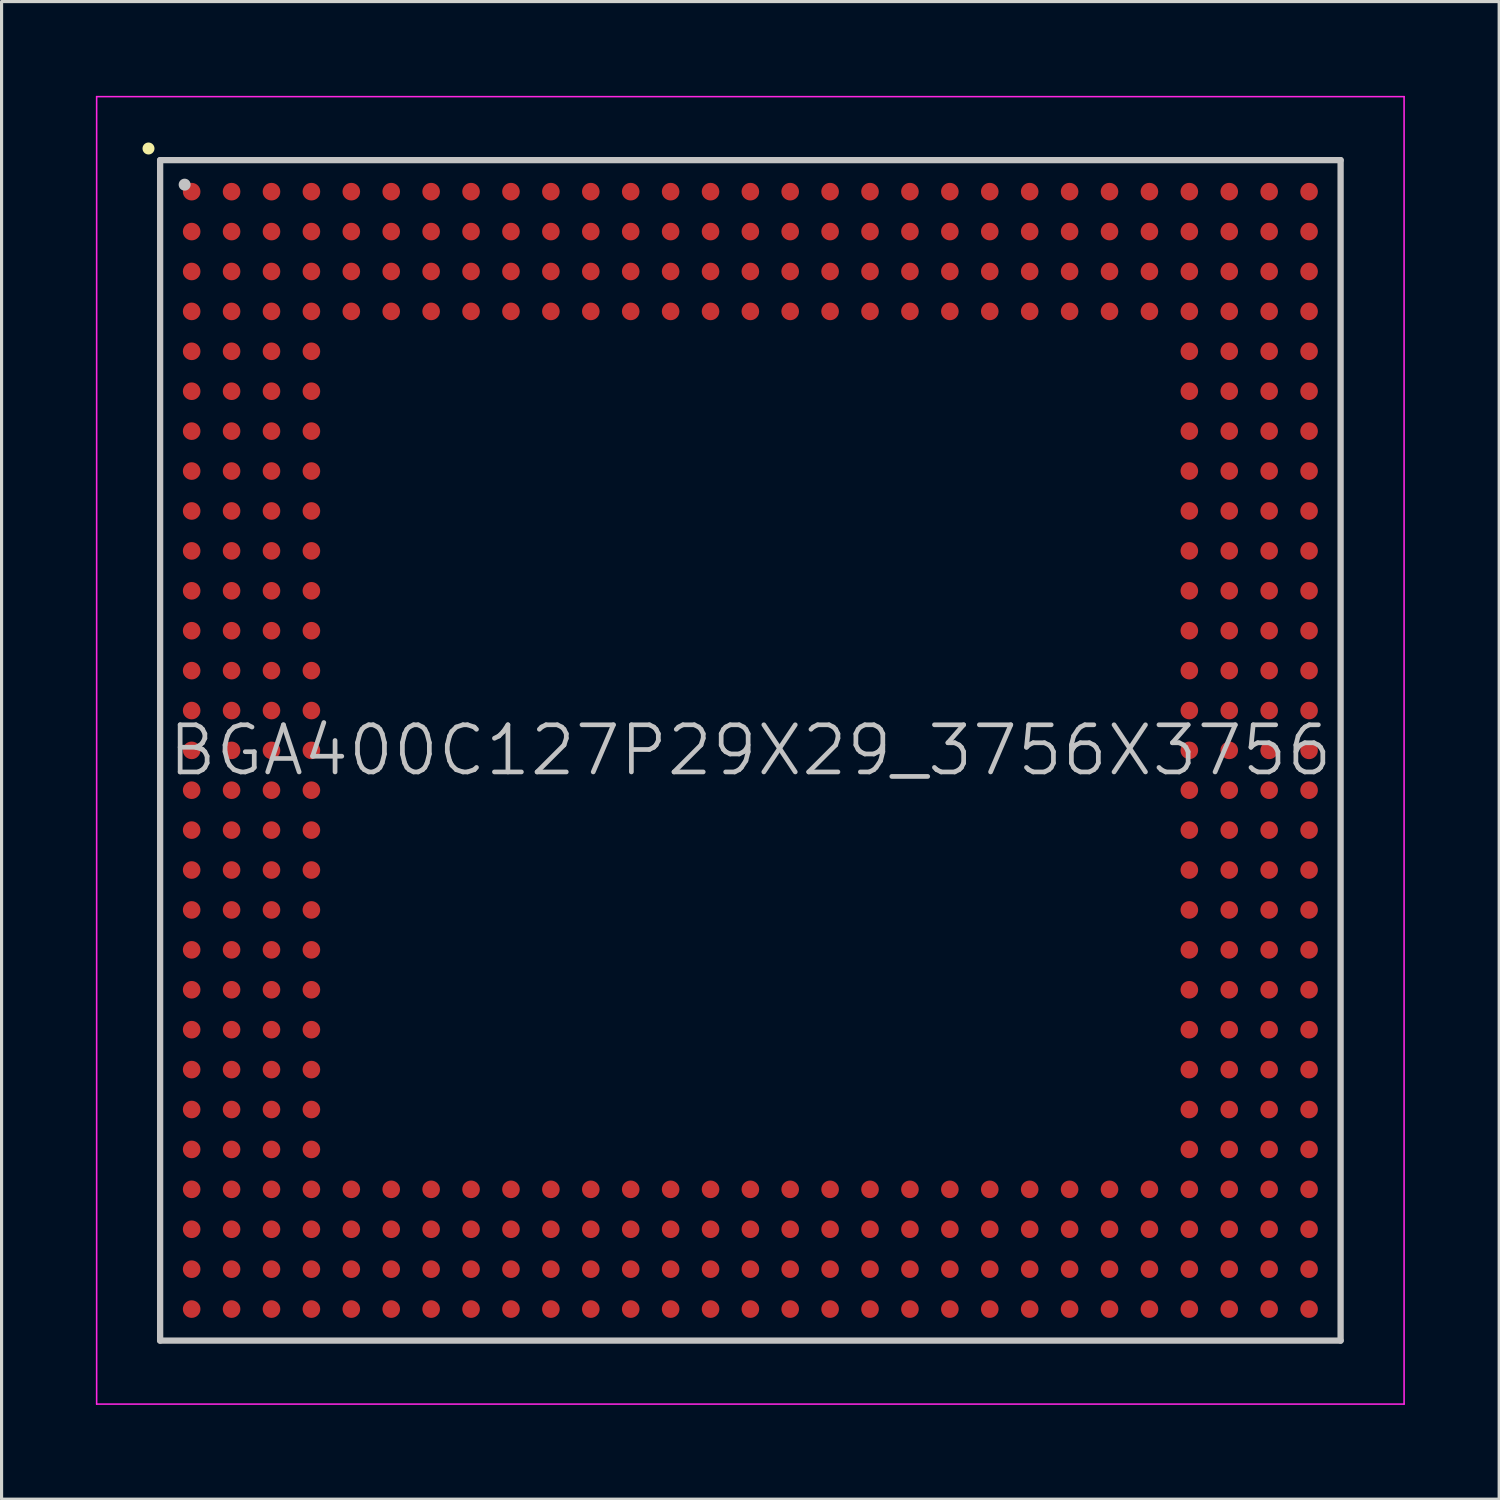
<source format=kicad_pcb>
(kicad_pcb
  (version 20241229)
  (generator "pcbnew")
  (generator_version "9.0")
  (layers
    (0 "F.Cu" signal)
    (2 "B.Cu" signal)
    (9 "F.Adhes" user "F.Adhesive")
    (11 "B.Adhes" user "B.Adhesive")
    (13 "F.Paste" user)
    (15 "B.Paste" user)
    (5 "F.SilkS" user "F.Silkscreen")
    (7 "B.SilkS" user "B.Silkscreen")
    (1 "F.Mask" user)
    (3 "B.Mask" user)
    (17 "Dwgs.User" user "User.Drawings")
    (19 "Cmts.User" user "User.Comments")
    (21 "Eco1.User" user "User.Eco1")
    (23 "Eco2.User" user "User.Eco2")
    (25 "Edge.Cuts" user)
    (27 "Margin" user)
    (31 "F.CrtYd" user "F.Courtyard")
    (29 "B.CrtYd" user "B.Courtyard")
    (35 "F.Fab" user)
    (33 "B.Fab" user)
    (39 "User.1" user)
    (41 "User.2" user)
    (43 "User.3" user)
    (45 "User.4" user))
  (footprint "BGA400C127P29X29_3756X3756"
    (layer "F.Cu")
    (at 20.825 20.825)
    (property "Reference" "BGA400C127P29X29_3756X3756" (at 0 0 0) (layer "Dwgs.User") (effects (font (size 1.5 1.5) (thickness 0.15))))
    (attr smd)
    (fp_line (start -19.15 -19.15) (end -19.15 -19.15) (stroke (width 0.381) (type solid)) (layer "F.SilkS"))
    (fp_line (start -18.78 -18.78) (end -18.78 18.78) (stroke (width 0.2) (type solid)) (layer "Dwgs.User"))
    (fp_line (start -18.78 -18.78) (end 18.78 -18.78) (stroke (width 0.2) (type solid)) (layer "Dwgs.User"))
    (fp_line (start -18.78 18.78) (end 18.78 18.78) (stroke (width 0.2) (type solid)) (layer "Dwgs.User"))
    (fp_line (start -18 -18) (end -18 -18) (stroke (width 0.381) (type solid)) (layer "Dwgs.User"))
    (fp_line (start 18.78 -18.78) (end 18.78 18.78) (stroke (width 0.2) (type solid)) (layer "Dwgs.User"))
    (fp_line (start -20.8 -20.8) (end -20.8 20.8) (stroke (width 0.05) (type solid)) (layer "F.CrtYd"))
    (fp_line (start -20.8 -20.8) (end 20.8 -20.8) (stroke (width 0.05) (type solid)) (layer "F.CrtYd"))
    (fp_line (start -20.8 20.8) (end 20.8 20.8) (stroke (width 0.05) (type solid)) (layer "F.CrtYd"))
    (fp_line (start 20.8 -20.8) (end 20.8 20.8) (stroke (width 0.05) (type solid)) (layer "F.CrtYd"))
    (pad "A1" smd circle (at -17.777 -17.777 270) (size 0.56 0.56) (layers "F.Cu" "F.Mask" "F.Paste"))
    (pad "A2" smd circle (at -16.507 -17.777 270) (size 0.56 0.56) (layers "F.Cu" "F.Mask" "F.Paste"))
    (pad "A3" smd circle (at -15.237 -17.777 270) (size 0.56 0.56) (layers "F.Cu" "F.Mask" "F.Paste"))
    (pad "A4" smd circle (at -13.967 -17.777 270) (size 0.56 0.56) (layers "F.Cu" "F.Mask" "F.Paste"))
    (pad "A5" smd circle (at -12.697 -17.777 270) (size 0.56 0.56) (layers "F.Cu" "F.Mask" "F.Paste"))
    (pad "A6" smd circle (at -11.427 -17.777 270) (size 0.56 0.56) (layers "F.Cu" "F.Mask" "F.Paste"))
    (pad "A7" smd circle (at -10.157 -17.777 270) (size 0.56 0.56) (layers "F.Cu" "F.Mask" "F.Paste"))
    (pad "A8" smd circle (at -8.887 -17.777 270) (size 0.56 0.56) (layers "F.Cu" "F.Mask" "F.Paste"))
    (pad "A9" smd circle (at -7.617 -17.777 270) (size 0.56 0.56) (layers "F.Cu" "F.Mask" "F.Paste"))
    (pad "A10" smd circle (at -6.347 -17.777 270) (size 0.56 0.56) (layers "F.Cu" "F.Mask" "F.Paste"))
    (pad "A11" smd circle (at -5.077 -17.777 270) (size 0.56 0.56) (layers "F.Cu" "F.Mask" "F.Paste"))
    (pad "A12" smd circle (at -3.807 -17.777 270) (size 0.56 0.56) (layers "F.Cu" "F.Mask" "F.Paste"))
    (pad "A13" smd circle (at -2.537 -17.777 270) (size 0.56 0.56) (layers "F.Cu" "F.Mask" "F.Paste"))
    (pad "A14" smd circle (at -1.267 -17.777 270) (size 0.56 0.56) (layers "F.Cu" "F.Mask" "F.Paste"))
    (pad "A15" smd circle (at 0 -17.777 270) (size 0.56 0.56) (layers "F.Cu" "F.Mask" "F.Paste"))
    (pad "A16" smd circle (at 1.267 -17.777 270) (size 0.56 0.56) (layers "F.Cu" "F.Mask" "F.Paste"))
    (pad "A17" smd circle (at 2.537 -17.777 270) (size 0.56 0.56) (layers "F.Cu" "F.Mask" "F.Paste"))
    (pad "A18" smd circle (at 3.807 -17.777 270) (size 0.56 0.56) (layers "F.Cu" "F.Mask" "F.Paste"))
    (pad "A19" smd circle (at 5.077 -17.777 270) (size 0.56 0.56) (layers "F.Cu" "F.Mask" "F.Paste"))
    (pad "A20" smd circle (at 6.347 -17.777 270) (size 0.56 0.56) (layers "F.Cu" "F.Mask" "F.Paste"))
    (pad "A21" smd circle (at 7.617 -17.777 270) (size 0.56 0.56) (layers "F.Cu" "F.Mask" "F.Paste"))
    (pad "A22" smd circle (at 8.887 -17.777 270) (size 0.56 0.56) (layers "F.Cu" "F.Mask" "F.Paste"))
    (pad "A23" smd circle (at 10.157 -17.777 270) (size 0.56 0.56) (layers "F.Cu" "F.Mask" "F.Paste"))
    (pad "A24" smd circle (at 11.427 -17.777 270) (size 0.56 0.56) (layers "F.Cu" "F.Mask" "F.Paste"))
    (pad "A25" smd circle (at 12.697 -17.777 270) (size 0.56 0.56) (layers "F.Cu" "F.Mask" "F.Paste"))
    (pad "A26" smd circle (at 13.967 -17.777 270) (size 0.56 0.56) (layers "F.Cu" "F.Mask" "F.Paste"))
    (pad "A27" smd circle (at 15.237 -17.777 270) (size 0.56 0.56) (layers "F.Cu" "F.Mask" "F.Paste"))
    (pad "A28" smd circle (at 16.507 -17.777 270) (size 0.56 0.56) (layers "F.Cu" "F.Mask" "F.Paste"))
    (pad "A29" smd circle (at 17.777 -17.777 270) (size 0.56 0.56) (layers "F.Cu" "F.Mask" "F.Paste"))
    (pad "AA1" smd circle (at -17.777 7.617 270) (size 0.56 0.56) (layers "F.Cu" "F.Mask" "F.Paste"))
    (pad "AA2" smd circle (at -16.507 7.617 270) (size 0.56 0.56) (layers "F.Cu" "F.Mask" "F.Paste"))
    (pad "AA3" smd circle (at -15.237 7.617 270) (size 0.56 0.56) (layers "F.Cu" "F.Mask" "F.Paste"))
    (pad "AA4" smd circle (at -13.967 7.617 270) (size 0.56 0.56) (layers "F.Cu" "F.Mask" "F.Paste"))
    (pad "AA26" smd circle (at 13.967 7.617 270) (size 0.56 0.56) (layers "F.Cu" "F.Mask" "F.Paste"))
    (pad "AA27" smd circle (at 15.237 7.617 270) (size 0.56 0.56) (layers "F.Cu" "F.Mask" "F.Paste"))
    (pad "AA28" smd circle (at 16.507 7.617 270) (size 0.56 0.56) (layers "F.Cu" "F.Mask" "F.Paste"))
    (pad "AA29" smd circle (at 17.777 7.617 270) (size 0.56 0.56) (layers "F.Cu" "F.Mask" "F.Paste"))
    (pad "AB1" smd circle (at -17.777 8.887 270) (size 0.56 0.56) (layers "F.Cu" "F.Mask" "F.Paste"))
    (pad "AB2" smd circle (at -16.507 8.887 270) (size 0.56 0.56) (layers "F.Cu" "F.Mask" "F.Paste"))
    (pad "AB3" smd circle (at -15.237 8.887 270) (size 0.56 0.56) (layers "F.Cu" "F.Mask" "F.Paste"))
    (pad "AB4" smd circle (at -13.967 8.887 270) (size 0.56 0.56) (layers "F.Cu" "F.Mask" "F.Paste"))
    (pad "AB26" smd circle (at 13.967 8.887 270) (size 0.56 0.56) (layers "F.Cu" "F.Mask" "F.Paste"))
    (pad "AB27" smd circle (at 15.237 8.887 270) (size 0.56 0.56) (layers "F.Cu" "F.Mask" "F.Paste"))
    (pad "AB28" smd circle (at 16.507 8.887 270) (size 0.56 0.56) (layers "F.Cu" "F.Mask" "F.Paste"))
    (pad "AB29" smd circle (at 17.777 8.887 270) (size 0.56 0.56) (layers "F.Cu" "F.Mask" "F.Paste"))
    (pad "AC1" smd circle (at -17.777 10.157 270) (size 0.56 0.56) (layers "F.Cu" "F.Mask" "F.Paste"))
    (pad "AC2" smd circle (at -16.507 10.157 270) (size 0.56 0.56) (layers "F.Cu" "F.Mask" "F.Paste"))
    (pad "AC3" smd circle (at -15.237 10.157 270) (size 0.56 0.56) (layers "F.Cu" "F.Mask" "F.Paste"))
    (pad "AC4" smd circle (at -13.967 10.157 270) (size 0.56 0.56) (layers "F.Cu" "F.Mask" "F.Paste"))
    (pad "AC26" smd circle (at 13.967 10.157 270) (size 0.56 0.56) (layers "F.Cu" "F.Mask" "F.Paste"))
    (pad "AC27" smd circle (at 15.237 10.157 270) (size 0.56 0.56) (layers "F.Cu" "F.Mask" "F.Paste"))
    (pad "AC28" smd circle (at 16.507 10.157 270) (size 0.56 0.56) (layers "F.Cu" "F.Mask" "F.Paste"))
    (pad "AC29" smd circle (at 17.777 10.157 270) (size 0.56 0.56) (layers "F.Cu" "F.Mask" "F.Paste"))
    (pad "AD1" smd circle (at -17.777 11.427 270) (size 0.56 0.56) (layers "F.Cu" "F.Mask" "F.Paste"))
    (pad "AD2" smd circle (at -16.507 11.427 270) (size 0.56 0.56) (layers "F.Cu" "F.Mask" "F.Paste"))
    (pad "AD3" smd circle (at -15.237 11.427 270) (size 0.56 0.56) (layers "F.Cu" "F.Mask" "F.Paste"))
    (pad "AD4" smd circle (at -13.967 11.427 270) (size 0.56 0.56) (layers "F.Cu" "F.Mask" "F.Paste"))
    (pad "AD26" smd circle (at 13.967 11.427 270) (size 0.56 0.56) (layers "F.Cu" "F.Mask" "F.Paste"))
    (pad "AD27" smd circle (at 15.237 11.427 270) (size 0.56 0.56) (layers "F.Cu" "F.Mask" "F.Paste"))
    (pad "AD28" smd circle (at 16.507 11.427 270) (size 0.56 0.56) (layers "F.Cu" "F.Mask" "F.Paste"))
    (pad "AD29" smd circle (at 17.777 11.427 270) (size 0.56 0.56) (layers "F.Cu" "F.Mask" "F.Paste"))
    (pad "AE1" smd circle (at -17.777 12.697 270) (size 0.56 0.56) (layers "F.Cu" "F.Mask" "F.Paste"))
    (pad "AE2" smd circle (at -16.507 12.697 270) (size 0.56 0.56) (layers "F.Cu" "F.Mask" "F.Paste"))
    (pad "AE3" smd circle (at -15.237 12.697 270) (size 0.56 0.56) (layers "F.Cu" "F.Mask" "F.Paste"))
    (pad "AE4" smd circle (at -13.967 12.697 270) (size 0.56 0.56) (layers "F.Cu" "F.Mask" "F.Paste"))
    (pad "AE26" smd circle (at 13.967 12.697 270) (size 0.56 0.56) (layers "F.Cu" "F.Mask" "F.Paste"))
    (pad "AE27" smd circle (at 15.237 12.697 270) (size 0.56 0.56) (layers "F.Cu" "F.Mask" "F.Paste"))
    (pad "AE28" smd circle (at 16.507 12.697 270) (size 0.56 0.56) (layers "F.Cu" "F.Mask" "F.Paste"))
    (pad "AE29" smd circle (at 17.777 12.697 270) (size 0.56 0.56) (layers "F.Cu" "F.Mask" "F.Paste"))
    (pad "AF1" smd circle (at -17.777 13.967 270) (size 0.56 0.56) (layers "F.Cu" "F.Mask" "F.Paste"))
    (pad "AF2" smd circle (at -16.507 13.967 270) (size 0.56 0.56) (layers "F.Cu" "F.Mask" "F.Paste"))
    (pad "AF3" smd circle (at -15.237 13.967 270) (size 0.56 0.56) (layers "F.Cu" "F.Mask" "F.Paste"))
    (pad "AF4" smd circle (at -13.967 13.967 270) (size 0.56 0.56) (layers "F.Cu" "F.Mask" "F.Paste"))
    (pad "AF5" smd circle (at -12.697 13.967 270) (size 0.56 0.56) (layers "F.Cu" "F.Mask" "F.Paste"))
    (pad "AF6" smd circle (at -11.427 13.967 270) (size 0.56 0.56) (layers "F.Cu" "F.Mask" "F.Paste"))
    (pad "AF7" smd circle (at -10.157 13.967 270) (size 0.56 0.56) (layers "F.Cu" "F.Mask" "F.Paste"))
    (pad "AF8" smd circle (at -8.887 13.967 270) (size 0.56 0.56) (layers "F.Cu" "F.Mask" "F.Paste"))
    (pad "AF9" smd circle (at -7.617 13.967 270) (size 0.56 0.56) (layers "F.Cu" "F.Mask" "F.Paste"))
    (pad "AF10" smd circle (at -6.347 13.967 270) (size 0.56 0.56) (layers "F.Cu" "F.Mask" "F.Paste"))
    (pad "AF11" smd circle (at -5.077 13.967 270) (size 0.56 0.56) (layers "F.Cu" "F.Mask" "F.Paste"))
    (pad "AF12" smd circle (at -3.807 13.967 270) (size 0.56 0.56) (layers "F.Cu" "F.Mask" "F.Paste"))
    (pad "AF13" smd circle (at -2.537 13.967 270) (size 0.56 0.56) (layers "F.Cu" "F.Mask" "F.Paste"))
    (pad "AF14" smd circle (at -1.267 13.967 270) (size 0.56 0.56) (layers "F.Cu" "F.Mask" "F.Paste"))
    (pad "AF15" smd circle (at 0 13.967 270) (size 0.56 0.56) (layers "F.Cu" "F.Mask" "F.Paste"))
    (pad "AF16" smd circle (at 1.267 13.967 270) (size 0.56 0.56) (layers "F.Cu" "F.Mask" "F.Paste"))
    (pad "AF17" smd circle (at 2.537 13.967 270) (size 0.56 0.56) (layers "F.Cu" "F.Mask" "F.Paste"))
    (pad "AF18" smd circle (at 3.807 13.967 270) (size 0.56 0.56) (layers "F.Cu" "F.Mask" "F.Paste"))
    (pad "AF19" smd circle (at 5.077 13.967 270) (size 0.56 0.56) (layers "F.Cu" "F.Mask" "F.Paste"))
    (pad "AF20" smd circle (at 6.347 13.967 270) (size 0.56 0.56) (layers "F.Cu" "F.Mask" "F.Paste"))
    (pad "AF21" smd circle (at 7.617 13.967 270) (size 0.56 0.56) (layers "F.Cu" "F.Mask" "F.Paste"))
    (pad "AF22" smd circle (at 8.887 13.967 270) (size 0.56 0.56) (layers "F.Cu" "F.Mask" "F.Paste"))
    (pad "AF23" smd circle (at 10.157 13.967 270) (size 0.56 0.56) (layers "F.Cu" "F.Mask" "F.Paste"))
    (pad "AF24" smd circle (at 11.427 13.967 270) (size 0.56 0.56) (layers "F.Cu" "F.Mask" "F.Paste"))
    (pad "AF25" smd circle (at 12.697 13.967 270) (size 0.56 0.56) (layers "F.Cu" "F.Mask" "F.Paste"))
    (pad "AF26" smd circle (at 13.967 13.967 270) (size 0.56 0.56) (layers "F.Cu" "F.Mask" "F.Paste"))
    (pad "AF27" smd circle (at 15.237 13.967 270) (size 0.56 0.56) (layers "F.Cu" "F.Mask" "F.Paste"))
    (pad "AF28" smd circle (at 16.507 13.967 270) (size 0.56 0.56) (layers "F.Cu" "F.Mask" "F.Paste"))
    (pad "AF29" smd circle (at 17.777 13.967 270) (size 0.56 0.56) (layers "F.Cu" "F.Mask" "F.Paste"))
    (pad "AG1" smd circle (at -17.777 15.237 270) (size 0.56 0.56) (layers "F.Cu" "F.Mask" "F.Paste"))
    (pad "AG2" smd circle (at -16.507 15.237 270) (size 0.56 0.56) (layers "F.Cu" "F.Mask" "F.Paste"))
    (pad "AG3" smd circle (at -15.237 15.237 270) (size 0.56 0.56) (layers "F.Cu" "F.Mask" "F.Paste"))
    (pad "AG4" smd circle (at -13.967 15.237 270) (size 0.56 0.56) (layers "F.Cu" "F.Mask" "F.Paste"))
    (pad "AG5" smd circle (at -12.697 15.237 270) (size 0.56 0.56) (layers "F.Cu" "F.Mask" "F.Paste"))
    (pad "AG6" smd circle (at -11.427 15.237 270) (size 0.56 0.56) (layers "F.Cu" "F.Mask" "F.Paste"))
    (pad "AG7" smd circle (at -10.157 15.237 270) (size 0.56 0.56) (layers "F.Cu" "F.Mask" "F.Paste"))
    (pad "AG8" smd circle (at -8.887 15.237 270) (size 0.56 0.56) (layers "F.Cu" "F.Mask" "F.Paste"))
    (pad "AG9" smd circle (at -7.617 15.237 270) (size 0.56 0.56) (layers "F.Cu" "F.Mask" "F.Paste"))
    (pad "AG10" smd circle (at -6.347 15.237 270) (size 0.56 0.56) (layers "F.Cu" "F.Mask" "F.Paste"))
    (pad "AG11" smd circle (at -5.077 15.237 270) (size 0.56 0.56) (layers "F.Cu" "F.Mask" "F.Paste"))
    (pad "AG12" smd circle (at -3.807 15.237 270) (size 0.56 0.56) (layers "F.Cu" "F.Mask" "F.Paste"))
    (pad "AG13" smd circle (at -2.537 15.237 270) (size 0.56 0.56) (layers "F.Cu" "F.Mask" "F.Paste"))
    (pad "AG14" smd circle (at -1.267 15.237 270) (size 0.56 0.56) (layers "F.Cu" "F.Mask" "F.Paste"))
    (pad "AG15" smd circle (at 0 15.237 270) (size 0.56 0.56) (layers "F.Cu" "F.Mask" "F.Paste"))
    (pad "AG16" smd circle (at 1.267 15.237 270) (size 0.56 0.56) (layers "F.Cu" "F.Mask" "F.Paste"))
    (pad "AG17" smd circle (at 2.537 15.237 270) (size 0.56 0.56) (layers "F.Cu" "F.Mask" "F.Paste"))
    (pad "AG18" smd circle (at 3.807 15.237 270) (size 0.56 0.56) (layers "F.Cu" "F.Mask" "F.Paste"))
    (pad "AG19" smd circle (at 5.077 15.237 270) (size 0.56 0.56) (layers "F.Cu" "F.Mask" "F.Paste"))
    (pad "AG20" smd circle (at 6.347 15.237 270) (size 0.56 0.56) (layers "F.Cu" "F.Mask" "F.Paste"))
    (pad "AG21" smd circle (at 7.617 15.237 270) (size 0.56 0.56) (layers "F.Cu" "F.Mask" "F.Paste"))
    (pad "AG22" smd circle (at 8.887 15.237 270) (size 0.56 0.56) (layers "F.Cu" "F.Mask" "F.Paste"))
    (pad "AG23" smd circle (at 10.157 15.237 270) (size 0.56 0.56) (layers "F.Cu" "F.Mask" "F.Paste"))
    (pad "AG24" smd circle (at 11.427 15.237 270) (size 0.56 0.56) (layers "F.Cu" "F.Mask" "F.Paste"))
    (pad "AG25" smd circle (at 12.697 15.237 270) (size 0.56 0.56) (layers "F.Cu" "F.Mask" "F.Paste"))
    (pad "AG26" smd circle (at 13.967 15.237 270) (size 0.56 0.56) (layers "F.Cu" "F.Mask" "F.Paste"))
    (pad "AG27" smd circle (at 15.237 15.237 270) (size 0.56 0.56) (layers "F.Cu" "F.Mask" "F.Paste"))
    (pad "AG28" smd circle (at 16.507 15.237 270) (size 0.56 0.56) (layers "F.Cu" "F.Mask" "F.Paste"))
    (pad "AG29" smd circle (at 17.777 15.237 270) (size 0.56 0.56) (layers "F.Cu" "F.Mask" "F.Paste"))
    (pad "AH1" smd circle (at -17.777 16.507 270) (size 0.56 0.56) (layers "F.Cu" "F.Mask" "F.Paste"))
    (pad "AH2" smd circle (at -16.507 16.507 270) (size 0.56 0.56) (layers "F.Cu" "F.Mask" "F.Paste"))
    (pad "AH3" smd circle (at -15.237 16.507 270) (size 0.56 0.56) (layers "F.Cu" "F.Mask" "F.Paste"))
    (pad "AH4" smd circle (at -13.967 16.507 270) (size 0.56 0.56) (layers "F.Cu" "F.Mask" "F.Paste"))
    (pad "AH5" smd circle (at -12.697 16.507 270) (size 0.56 0.56) (layers "F.Cu" "F.Mask" "F.Paste"))
    (pad "AH6" smd circle (at -11.427 16.507 270) (size 0.56 0.56) (layers "F.Cu" "F.Mask" "F.Paste"))
    (pad "AH7" smd circle (at -10.157 16.507 270) (size 0.56 0.56) (layers "F.Cu" "F.Mask" "F.Paste"))
    (pad "AH8" smd circle (at -8.887 16.507 270) (size 0.56 0.56) (layers "F.Cu" "F.Mask" "F.Paste"))
    (pad "AH9" smd circle (at -7.617 16.507 270) (size 0.56 0.56) (layers "F.Cu" "F.Mask" "F.Paste"))
    (pad "AH10" smd circle (at -6.347 16.507 270) (size 0.56 0.56) (layers "F.Cu" "F.Mask" "F.Paste"))
    (pad "AH11" smd circle (at -5.077 16.507 270) (size 0.56 0.56) (layers "F.Cu" "F.Mask" "F.Paste"))
    (pad "AH12" smd circle (at -3.807 16.507 270) (size 0.56 0.56) (layers "F.Cu" "F.Mask" "F.Paste"))
    (pad "AH13" smd circle (at -2.537 16.507 270) (size 0.56 0.56) (layers "F.Cu" "F.Mask" "F.Paste"))
    (pad "AH14" smd circle (at -1.267 16.507 270) (size 0.56 0.56) (layers "F.Cu" "F.Mask" "F.Paste"))
    (pad "AH15" smd circle (at 0 16.507 270) (size 0.56 0.56) (layers "F.Cu" "F.Mask" "F.Paste"))
    (pad "AH16" smd circle (at 1.267 16.507 270) (size 0.56 0.56) (layers "F.Cu" "F.Mask" "F.Paste"))
    (pad "AH17" smd circle (at 2.537 16.507 270) (size 0.56 0.56) (layers "F.Cu" "F.Mask" "F.Paste"))
    (pad "AH18" smd circle (at 3.807 16.507 270) (size 0.56 0.56) (layers "F.Cu" "F.Mask" "F.Paste"))
    (pad "AH19" smd circle (at 5.077 16.507 270) (size 0.56 0.56) (layers "F.Cu" "F.Mask" "F.Paste"))
    (pad "AH20" smd circle (at 6.347 16.507 270) (size 0.56 0.56) (layers "F.Cu" "F.Mask" "F.Paste"))
    (pad "AH21" smd circle (at 7.617 16.507 270) (size 0.56 0.56) (layers "F.Cu" "F.Mask" "F.Paste"))
    (pad "AH22" smd circle (at 8.887 16.507 270) (size 0.56 0.56) (layers "F.Cu" "F.Mask" "F.Paste"))
    (pad "AH23" smd circle (at 10.157 16.507 270) (size 0.56 0.56) (layers "F.Cu" "F.Mask" "F.Paste"))
    (pad "AH24" smd circle (at 11.427 16.507 270) (size 0.56 0.56) (layers "F.Cu" "F.Mask" "F.Paste"))
    (pad "AH25" smd circle (at 12.697 16.507 270) (size 0.56 0.56) (layers "F.Cu" "F.Mask" "F.Paste"))
    (pad "AH26" smd circle (at 13.967 16.507 270) (size 0.56 0.56) (layers "F.Cu" "F.Mask" "F.Paste"))
    (pad "AH27" smd circle (at 15.237 16.507 270) (size 0.56 0.56) (layers "F.Cu" "F.Mask" "F.Paste"))
    (pad "AH28" smd circle (at 16.507 16.507 270) (size 0.56 0.56) (layers "F.Cu" "F.Mask" "F.Paste"))
    (pad "AH29" smd circle (at 17.777 16.507 270) (size 0.56 0.56) (layers "F.Cu" "F.Mask" "F.Paste"))
    (pad "AJ1" smd circle (at -17.777 17.777 270) (size 0.56 0.56) (layers "F.Cu" "F.Mask" "F.Paste"))
    (pad "AJ2" smd circle (at -16.507 17.777 270) (size 0.56 0.56) (layers "F.Cu" "F.Mask" "F.Paste"))
    (pad "AJ3" smd circle (at -15.237 17.777 270) (size 0.56 0.56) (layers "F.Cu" "F.Mask" "F.Paste"))
    (pad "AJ4" smd circle (at -13.967 17.777 270) (size 0.56 0.56) (layers "F.Cu" "F.Mask" "F.Paste"))
    (pad "AJ5" smd circle (at -12.697 17.777 270) (size 0.56 0.56) (layers "F.Cu" "F.Mask" "F.Paste"))
    (pad "AJ6" smd circle (at -11.427 17.777 270) (size 0.56 0.56) (layers "F.Cu" "F.Mask" "F.Paste"))
    (pad "AJ7" smd circle (at -10.157 17.777 270) (size 0.56 0.56) (layers "F.Cu" "F.Mask" "F.Paste"))
    (pad "AJ8" smd circle (at -8.887 17.777 270) (size 0.56 0.56) (layers "F.Cu" "F.Mask" "F.Paste"))
    (pad "AJ9" smd circle (at -7.617 17.777 270) (size 0.56 0.56) (layers "F.Cu" "F.Mask" "F.Paste"))
    (pad "AJ10" smd circle (at -6.347 17.777 270) (size 0.56 0.56) (layers "F.Cu" "F.Mask" "F.Paste"))
    (pad "AJ11" smd circle (at -5.077 17.777 270) (size 0.56 0.56) (layers "F.Cu" "F.Mask" "F.Paste"))
    (pad "AJ12" smd circle (at -3.807 17.777 270) (size 0.56 0.56) (layers "F.Cu" "F.Mask" "F.Paste"))
    (pad "AJ13" smd circle (at -2.537 17.777 270) (size 0.56 0.56) (layers "F.Cu" "F.Mask" "F.Paste"))
    (pad "AJ14" smd circle (at -1.267 17.777 270) (size 0.56 0.56) (layers "F.Cu" "F.Mask" "F.Paste"))
    (pad "AJ15" smd circle (at 0 17.777 270) (size 0.56 0.56) (layers "F.Cu" "F.Mask" "F.Paste"))
    (pad "AJ16" smd circle (at 1.267 17.777 270) (size 0.56 0.56) (layers "F.Cu" "F.Mask" "F.Paste"))
    (pad "AJ17" smd circle (at 2.537 17.777 270) (size 0.56 0.56) (layers "F.Cu" "F.Mask" "F.Paste"))
    (pad "AJ18" smd circle (at 3.807 17.777 270) (size 0.56 0.56) (layers "F.Cu" "F.Mask" "F.Paste"))
    (pad "AJ19" smd circle (at 5.077 17.777 270) (size 0.56 0.56) (layers "F.Cu" "F.Mask" "F.Paste"))
    (pad "AJ20" smd circle (at 6.347 17.777 270) (size 0.56 0.56) (layers "F.Cu" "F.Mask" "F.Paste"))
    (pad "AJ21" smd circle (at 7.617 17.777 270) (size 0.56 0.56) (layers "F.Cu" "F.Mask" "F.Paste"))
    (pad "AJ22" smd circle (at 8.887 17.777 270) (size 0.56 0.56) (layers "F.Cu" "F.Mask" "F.Paste"))
    (pad "AJ23" smd circle (at 10.157 17.777 270) (size 0.56 0.56) (layers "F.Cu" "F.Mask" "F.Paste"))
    (pad "AJ24" smd circle (at 11.427 17.777 270) (size 0.56 0.56) (layers "F.Cu" "F.Mask" "F.Paste"))
    (pad "AJ25" smd circle (at 12.697 17.777 270) (size 0.56 0.56) (layers "F.Cu" "F.Mask" "F.Paste"))
    (pad "AJ26" smd circle (at 13.967 17.777 270) (size 0.56 0.56) (layers "F.Cu" "F.Mask" "F.Paste"))
    (pad "AJ27" smd circle (at 15.237 17.777 270) (size 0.56 0.56) (layers "F.Cu" "F.Mask" "F.Paste"))
    (pad "AJ28" smd circle (at 16.507 17.777 270) (size 0.56 0.56) (layers "F.Cu" "F.Mask" "F.Paste"))
    (pad "AJ29" smd circle (at 17.777 17.777 270) (size 0.56 0.56) (layers "F.Cu" "F.Mask" "F.Paste"))
    (pad "B1" smd circle (at -17.777 -16.507 270) (size 0.56 0.56) (layers "F.Cu" "F.Mask" "F.Paste"))
    (pad "B2" smd circle (at -16.507 -16.507 270) (size 0.56 0.56) (layers "F.Cu" "F.Mask" "F.Paste"))
    (pad "B3" smd circle (at -15.237 -16.507 270) (size 0.56 0.56) (layers "F.Cu" "F.Mask" "F.Paste"))
    (pad "B4" smd circle (at -13.967 -16.507 270) (size 0.56 0.56) (layers "F.Cu" "F.Mask" "F.Paste"))
    (pad "B5" smd circle (at -12.697 -16.507 270) (size 0.56 0.56) (layers "F.Cu" "F.Mask" "F.Paste"))
    (pad "B6" smd circle (at -11.427 -16.507 270) (size 0.56 0.56) (layers "F.Cu" "F.Mask" "F.Paste"))
    (pad "B7" smd circle (at -10.157 -16.507 270) (size 0.56 0.56) (layers "F.Cu" "F.Mask" "F.Paste"))
    (pad "B8" smd circle (at -8.887 -16.507 270) (size 0.56 0.56) (layers "F.Cu" "F.Mask" "F.Paste"))
    (pad "B9" smd circle (at -7.617 -16.507 270) (size 0.56 0.56) (layers "F.Cu" "F.Mask" "F.Paste"))
    (pad "B10" smd circle (at -6.347 -16.507 270) (size 0.56 0.56) (layers "F.Cu" "F.Mask" "F.Paste"))
    (pad "B11" smd circle (at -5.077 -16.507 270) (size 0.56 0.56) (layers "F.Cu" "F.Mask" "F.Paste"))
    (pad "B12" smd circle (at -3.807 -16.507 270) (size 0.56 0.56) (layers "F.Cu" "F.Mask" "F.Paste"))
    (pad "B13" smd circle (at -2.537 -16.507 270) (size 0.56 0.56) (layers "F.Cu" "F.Mask" "F.Paste"))
    (pad "B14" smd circle (at -1.267 -16.507 270) (size 0.56 0.56) (layers "F.Cu" "F.Mask" "F.Paste"))
    (pad "B15" smd circle (at 0 -16.507 270) (size 0.56 0.56) (layers "F.Cu" "F.Mask" "F.Paste"))
    (pad "B16" smd circle (at 1.267 -16.507 270) (size 0.56 0.56) (layers "F.Cu" "F.Mask" "F.Paste"))
    (pad "B17" smd circle (at 2.537 -16.507 270) (size 0.56 0.56) (layers "F.Cu" "F.Mask" "F.Paste"))
    (pad "B18" smd circle (at 3.807 -16.507 270) (size 0.56 0.56) (layers "F.Cu" "F.Mask" "F.Paste"))
    (pad "B19" smd circle (at 5.077 -16.507 270) (size 0.56 0.56) (layers "F.Cu" "F.Mask" "F.Paste"))
    (pad "B20" smd circle (at 6.347 -16.507 270) (size 0.56 0.56) (layers "F.Cu" "F.Mask" "F.Paste"))
    (pad "B21" smd circle (at 7.617 -16.507 270) (size 0.56 0.56) (layers "F.Cu" "F.Mask" "F.Paste"))
    (pad "B22" smd circle (at 8.887 -16.507 270) (size 0.56 0.56) (layers "F.Cu" "F.Mask" "F.Paste"))
    (pad "B23" smd circle (at 10.157 -16.507 270) (size 0.56 0.56) (layers "F.Cu" "F.Mask" "F.Paste"))
    (pad "B24" smd circle (at 11.427 -16.507 270) (size 0.56 0.56) (layers "F.Cu" "F.Mask" "F.Paste"))
    (pad "B25" smd circle (at 12.697 -16.507 270) (size 0.56 0.56) (layers "F.Cu" "F.Mask" "F.Paste"))
    (pad "B26" smd circle (at 13.967 -16.507 270) (size 0.56 0.56) (layers "F.Cu" "F.Mask" "F.Paste"))
    (pad "B27" smd circle (at 15.237 -16.507 270) (size 0.56 0.56) (layers "F.Cu" "F.Mask" "F.Paste"))
    (pad "B28" smd circle (at 16.507 -16.507 270) (size 0.56 0.56) (layers "F.Cu" "F.Mask" "F.Paste"))
    (pad "B29" smd circle (at 17.777 -16.507 270) (size 0.56 0.56) (layers "F.Cu" "F.Mask" "F.Paste"))
    (pad "C1" smd circle (at -17.777 -15.237 270) (size 0.56 0.56) (layers "F.Cu" "F.Mask" "F.Paste"))
    (pad "C2" smd circle (at -16.507 -15.237 270) (size 0.56 0.56) (layers "F.Cu" "F.Mask" "F.Paste"))
    (pad "C3" smd circle (at -15.237 -15.237 270) (size 0.56 0.56) (layers "F.Cu" "F.Mask" "F.Paste"))
    (pad "C4" smd circle (at -13.967 -15.237 270) (size 0.56 0.56) (layers "F.Cu" "F.Mask" "F.Paste"))
    (pad "C5" smd circle (at -12.697 -15.237 270) (size 0.56 0.56) (layers "F.Cu" "F.Mask" "F.Paste"))
    (pad "C6" smd circle (at -11.427 -15.237 270) (size 0.56 0.56) (layers "F.Cu" "F.Mask" "F.Paste"))
    (pad "C7" smd circle (at -10.157 -15.237 270) (size 0.56 0.56) (layers "F.Cu" "F.Mask" "F.Paste"))
    (pad "C8" smd circle (at -8.887 -15.237 270) (size 0.56 0.56) (layers "F.Cu" "F.Mask" "F.Paste"))
    (pad "C9" smd circle (at -7.617 -15.237 270) (size 0.56 0.56) (layers "F.Cu" "F.Mask" "F.Paste"))
    (pad "C10" smd circle (at -6.347 -15.237 270) (size 0.56 0.56) (layers "F.Cu" "F.Mask" "F.Paste"))
    (pad "C11" smd circle (at -5.077 -15.237 270) (size 0.56 0.56) (layers "F.Cu" "F.Mask" "F.Paste"))
    (pad "C12" smd circle (at -3.807 -15.237 270) (size 0.56 0.56) (layers "F.Cu" "F.Mask" "F.Paste"))
    (pad "C13" smd circle (at -2.537 -15.237 270) (size 0.56 0.56) (layers "F.Cu" "F.Mask" "F.Paste"))
    (pad "C14" smd circle (at -1.267 -15.237 270) (size 0.56 0.56) (layers "F.Cu" "F.Mask" "F.Paste"))
    (pad "C15" smd circle (at 0 -15.237 270) (size 0.56 0.56) (layers "F.Cu" "F.Mask" "F.Paste"))
    (pad "C16" smd circle (at 1.267 -15.237 270) (size 0.56 0.56) (layers "F.Cu" "F.Mask" "F.Paste"))
    (pad "C17" smd circle (at 2.537 -15.237 270) (size 0.56 0.56) (layers "F.Cu" "F.Mask" "F.Paste"))
    (pad "C18" smd circle (at 3.807 -15.237 270) (size 0.56 0.56) (layers "F.Cu" "F.Mask" "F.Paste"))
    (pad "C19" smd circle (at 5.077 -15.237 270) (size 0.56 0.56) (layers "F.Cu" "F.Mask" "F.Paste"))
    (pad "C20" smd circle (at 6.347 -15.237 270) (size 0.56 0.56) (layers "F.Cu" "F.Mask" "F.Paste"))
    (pad "C21" smd circle (at 7.617 -15.237 270) (size 0.56 0.56) (layers "F.Cu" "F.Mask" "F.Paste"))
    (pad "C22" smd circle (at 8.887 -15.237 270) (size 0.56 0.56) (layers "F.Cu" "F.Mask" "F.Paste"))
    (pad "C23" smd circle (at 10.157 -15.237 270) (size 0.56 0.56) (layers "F.Cu" "F.Mask" "F.Paste"))
    (pad "C24" smd circle (at 11.427 -15.237 270) (size 0.56 0.56) (layers "F.Cu" "F.Mask" "F.Paste"))
    (pad "C25" smd circle (at 12.697 -15.237 270) (size 0.56 0.56) (layers "F.Cu" "F.Mask" "F.Paste"))
    (pad "C26" smd circle (at 13.967 -15.237 270) (size 0.56 0.56) (layers "F.Cu" "F.Mask" "F.Paste"))
    (pad "C27" smd circle (at 15.237 -15.237 270) (size 0.56 0.56) (layers "F.Cu" "F.Mask" "F.Paste"))
    (pad "C28" smd circle (at 16.507 -15.237 270) (size 0.56 0.56) (layers "F.Cu" "F.Mask" "F.Paste"))
    (pad "C29" smd circle (at 17.777 -15.237 270) (size 0.56 0.56) (layers "F.Cu" "F.Mask" "F.Paste"))
    (pad "D1" smd circle (at -17.777 -13.967 270) (size 0.56 0.56) (layers "F.Cu" "F.Mask" "F.Paste"))
    (pad "D2" smd circle (at -16.507 -13.967 270) (size 0.56 0.56) (layers "F.Cu" "F.Mask" "F.Paste"))
    (pad "D3" smd circle (at -15.237 -13.967 270) (size 0.56 0.56) (layers "F.Cu" "F.Mask" "F.Paste"))
    (pad "D4" smd circle (at -13.967 -13.967 270) (size 0.56 0.56) (layers "F.Cu" "F.Mask" "F.Paste"))
    (pad "D5" smd circle (at -12.697 -13.967 270) (size 0.56 0.56) (layers "F.Cu" "F.Mask" "F.Paste"))
    (pad "D6" smd circle (at -11.427 -13.967 270) (size 0.56 0.56) (layers "F.Cu" "F.Mask" "F.Paste"))
    (pad "D7" smd circle (at -10.157 -13.967 270) (size 0.56 0.56) (layers "F.Cu" "F.Mask" "F.Paste"))
    (pad "D8" smd circle (at -8.887 -13.967 270) (size 0.56 0.56) (layers "F.Cu" "F.Mask" "F.Paste"))
    (pad "D9" smd circle (at -7.617 -13.967 270) (size 0.56 0.56) (layers "F.Cu" "F.Mask" "F.Paste"))
    (pad "D10" smd circle (at -6.347 -13.967 270) (size 0.56 0.56) (layers "F.Cu" "F.Mask" "F.Paste"))
    (pad "D11" smd circle (at -5.077 -13.967 270) (size 0.56 0.56) (layers "F.Cu" "F.Mask" "F.Paste"))
    (pad "D12" smd circle (at -3.807 -13.967 270) (size 0.56 0.56) (layers "F.Cu" "F.Mask" "F.Paste"))
    (pad "D13" smd circle (at -2.537 -13.967 270) (size 0.56 0.56) (layers "F.Cu" "F.Mask" "F.Paste"))
    (pad "D14" smd circle (at -1.267 -13.967 270) (size 0.56 0.56) (layers "F.Cu" "F.Mask" "F.Paste"))
    (pad "D15" smd circle (at 0 -13.967 270) (size 0.56 0.56) (layers "F.Cu" "F.Mask" "F.Paste"))
    (pad "D16" smd circle (at 1.267 -13.967 270) (size 0.56 0.56) (layers "F.Cu" "F.Mask" "F.Paste"))
    (pad "D17" smd circle (at 2.537 -13.967 270) (size 0.56 0.56) (layers "F.Cu" "F.Mask" "F.Paste"))
    (pad "D18" smd circle (at 3.807 -13.967 270) (size 0.56 0.56) (layers "F.Cu" "F.Mask" "F.Paste"))
    (pad "D19" smd circle (at 5.077 -13.967 270) (size 0.56 0.56) (layers "F.Cu" "F.Mask" "F.Paste"))
    (pad "D20" smd circle (at 6.347 -13.967 270) (size 0.56 0.56) (layers "F.Cu" "F.Mask" "F.Paste"))
    (pad "D21" smd circle (at 7.617 -13.967 270) (size 0.56 0.56) (layers "F.Cu" "F.Mask" "F.Paste"))
    (pad "D22" smd circle (at 8.887 -13.967 270) (size 0.56 0.56) (layers "F.Cu" "F.Mask" "F.Paste"))
    (pad "D23" smd circle (at 10.157 -13.967 270) (size 0.56 0.56) (layers "F.Cu" "F.Mask" "F.Paste"))
    (pad "D24" smd circle (at 11.427 -13.967 270) (size 0.56 0.56) (layers "F.Cu" "F.Mask" "F.Paste"))
    (pad "D25" smd circle (at 12.697 -13.967 270) (size 0.56 0.56) (layers "F.Cu" "F.Mask" "F.Paste"))
    (pad "D26" smd circle (at 13.967 -13.967 270) (size 0.56 0.56) (layers "F.Cu" "F.Mask" "F.Paste"))
    (pad "D27" smd circle (at 15.237 -13.967 270) (size 0.56 0.56) (layers "F.Cu" "F.Mask" "F.Paste"))
    (pad "D28" smd circle (at 16.507 -13.967 270) (size 0.56 0.56) (layers "F.Cu" "F.Mask" "F.Paste"))
    (pad "D29" smd circle (at 17.777 -13.967 270) (size 0.56 0.56) (layers "F.Cu" "F.Mask" "F.Paste"))
    (pad "E1" smd circle (at -17.777 -12.697 270) (size 0.56 0.56) (layers "F.Cu" "F.Mask" "F.Paste"))
    (pad "E2" smd circle (at -16.507 -12.697 270) (size 0.56 0.56) (layers "F.Cu" "F.Mask" "F.Paste"))
    (pad "E3" smd circle (at -15.237 -12.697 270) (size 0.56 0.56) (layers "F.Cu" "F.Mask" "F.Paste"))
    (pad "E4" smd circle (at -13.967 -12.697 270) (size 0.56 0.56) (layers "F.Cu" "F.Mask" "F.Paste"))
    (pad "E26" smd circle (at 13.967 -12.697 270) (size 0.56 0.56) (layers "F.Cu" "F.Mask" "F.Paste"))
    (pad "E27" smd circle (at 15.237 -12.697 270) (size 0.56 0.56) (layers "F.Cu" "F.Mask" "F.Paste"))
    (pad "E28" smd circle (at 16.507 -12.697 270) (size 0.56 0.56) (layers "F.Cu" "F.Mask" "F.Paste"))
    (pad "E29" smd circle (at 17.777 -12.697 270) (size 0.56 0.56) (layers "F.Cu" "F.Mask" "F.Paste"))
    (pad "F1" smd circle (at -17.777 -11.427 270) (size 0.56 0.56) (layers "F.Cu" "F.Mask" "F.Paste"))
    (pad "F2" smd circle (at -16.507 -11.427 270) (size 0.56 0.56) (layers "F.Cu" "F.Mask" "F.Paste"))
    (pad "F3" smd circle (at -15.237 -11.427 270) (size 0.56 0.56) (layers "F.Cu" "F.Mask" "F.Paste"))
    (pad "F4" smd circle (at -13.967 -11.427 270) (size 0.56 0.56) (layers "F.Cu" "F.Mask" "F.Paste"))
    (pad "F26" smd circle (at 13.967 -11.427 270) (size 0.56 0.56) (layers "F.Cu" "F.Mask" "F.Paste"))
    (pad "F27" smd circle (at 15.237 -11.427 270) (size 0.56 0.56) (layers "F.Cu" "F.Mask" "F.Paste"))
    (pad "F28" smd circle (at 16.507 -11.427 270) (size 0.56 0.56) (layers "F.Cu" "F.Mask" "F.Paste"))
    (pad "F29" smd circle (at 17.777 -11.427 270) (size 0.56 0.56) (layers "F.Cu" "F.Mask" "F.Paste"))
    (pad "G1" smd circle (at -17.777 -10.157 270) (size 0.56 0.56) (layers "F.Cu" "F.Mask" "F.Paste"))
    (pad "G2" smd circle (at -16.507 -10.157 270) (size 0.56 0.56) (layers "F.Cu" "F.Mask" "F.Paste"))
    (pad "G3" smd circle (at -15.237 -10.157 270) (size 0.56 0.56) (layers "F.Cu" "F.Mask" "F.Paste"))
    (pad "G4" smd circle (at -13.967 -10.157 270) (size 0.56 0.56) (layers "F.Cu" "F.Mask" "F.Paste"))
    (pad "G26" smd circle (at 13.967 -10.157 270) (size 0.56 0.56) (layers "F.Cu" "F.Mask" "F.Paste"))
    (pad "G27" smd circle (at 15.237 -10.157 270) (size 0.56 0.56) (layers "F.Cu" "F.Mask" "F.Paste"))
    (pad "G28" smd circle (at 16.507 -10.157 270) (size 0.56 0.56) (layers "F.Cu" "F.Mask" "F.Paste"))
    (pad "G29" smd circle (at 17.777 -10.157 270) (size 0.56 0.56) (layers "F.Cu" "F.Mask" "F.Paste"))
    (pad "H1" smd circle (at -17.777 -8.887 270) (size 0.56 0.56) (layers "F.Cu" "F.Mask" "F.Paste"))
    (pad "H2" smd circle (at -16.507 -8.887 270) (size 0.56 0.56) (layers "F.Cu" "F.Mask" "F.Paste"))
    (pad "H3" smd circle (at -15.237 -8.887 270) (size 0.56 0.56) (layers "F.Cu" "F.Mask" "F.Paste"))
    (pad "H4" smd circle (at -13.967 -8.887 270) (size 0.56 0.56) (layers "F.Cu" "F.Mask" "F.Paste"))
    (pad "H26" smd circle (at 13.967 -8.887 270) (size 0.56 0.56) (layers "F.Cu" "F.Mask" "F.Paste"))
    (pad "H27" smd circle (at 15.237 -8.887 270) (size 0.56 0.56) (layers "F.Cu" "F.Mask" "F.Paste"))
    (pad "H28" smd circle (at 16.507 -8.887 270) (size 0.56 0.56) (layers "F.Cu" "F.Mask" "F.Paste"))
    (pad "H29" smd circle (at 17.777 -8.887 270) (size 0.56 0.56) (layers "F.Cu" "F.Mask" "F.Paste"))
    (pad "J1" smd circle (at -17.777 -7.617 270) (size 0.56 0.56) (layers "F.Cu" "F.Mask" "F.Paste"))
    (pad "J2" smd circle (at -16.507 -7.617 270) (size 0.56 0.56) (layers "F.Cu" "F.Mask" "F.Paste"))
    (pad "J3" smd circle (at -15.237 -7.617 270) (size 0.56 0.56) (layers "F.Cu" "F.Mask" "F.Paste"))
    (pad "J4" smd circle (at -13.967 -7.617 270) (size 0.56 0.56) (layers "F.Cu" "F.Mask" "F.Paste"))
    (pad "J26" smd circle (at 13.967 -7.617 270) (size 0.56 0.56) (layers "F.Cu" "F.Mask" "F.Paste"))
    (pad "J27" smd circle (at 15.237 -7.617 270) (size 0.56 0.56) (layers "F.Cu" "F.Mask" "F.Paste"))
    (pad "J28" smd circle (at 16.507 -7.617 270) (size 0.56 0.56) (layers "F.Cu" "F.Mask" "F.Paste"))
    (pad "J29" smd circle (at 17.777 -7.617 270) (size 0.56 0.56) (layers "F.Cu" "F.Mask" "F.Paste"))
    (pad "K1" smd circle (at -17.777 -6.347 270) (size 0.56 0.56) (layers "F.Cu" "F.Mask" "F.Paste"))
    (pad "K2" smd circle (at -16.507 -6.347 270) (size 0.56 0.56) (layers "F.Cu" "F.Mask" "F.Paste"))
    (pad "K3" smd circle (at -15.237 -6.347 270) (size 0.56 0.56) (layers "F.Cu" "F.Mask" "F.Paste"))
    (pad "K4" smd circle (at -13.967 -6.347 270) (size 0.56 0.56) (layers "F.Cu" "F.Mask" "F.Paste"))
    (pad "K26" smd circle (at 13.967 -6.347 270) (size 0.56 0.56) (layers "F.Cu" "F.Mask" "F.Paste"))
    (pad "K27" smd circle (at 15.237 -6.347 270) (size 0.56 0.56) (layers "F.Cu" "F.Mask" "F.Paste"))
    (pad "K28" smd circle (at 16.507 -6.347 270) (size 0.56 0.56) (layers "F.Cu" "F.Mask" "F.Paste"))
    (pad "K29" smd circle (at 17.777 -6.347 270) (size 0.56 0.56) (layers "F.Cu" "F.Mask" "F.Paste"))
    (pad "L1" smd circle (at -17.777 -5.077 270) (size 0.56 0.56) (layers "F.Cu" "F.Mask" "F.Paste"))
    (pad "L2" smd circle (at -16.507 -5.077 270) (size 0.56 0.56) (layers "F.Cu" "F.Mask" "F.Paste"))
    (pad "L3" smd circle (at -15.237 -5.077 270) (size 0.56 0.56) (layers "F.Cu" "F.Mask" "F.Paste"))
    (pad "L4" smd circle (at -13.967 -5.077 270) (size 0.56 0.56) (layers "F.Cu" "F.Mask" "F.Paste"))
    (pad "L26" smd circle (at 13.967 -5.077 270) (size 0.56 0.56) (layers "F.Cu" "F.Mask" "F.Paste"))
    (pad "L27" smd circle (at 15.237 -5.077 270) (size 0.56 0.56) (layers "F.Cu" "F.Mask" "F.Paste"))
    (pad "L28" smd circle (at 16.507 -5.077 270) (size 0.56 0.56) (layers "F.Cu" "F.Mask" "F.Paste"))
    (pad "L29" smd circle (at 17.777 -5.077 270) (size 0.56 0.56) (layers "F.Cu" "F.Mask" "F.Paste"))
    (pad "M1" smd circle (at -17.777 -3.807 270) (size 0.56 0.56) (layers "F.Cu" "F.Mask" "F.Paste"))
    (pad "M2" smd circle (at -16.507 -3.807 270) (size 0.56 0.56) (layers "F.Cu" "F.Mask" "F.Paste"))
    (pad "M3" smd circle (at -15.237 -3.807 270) (size 0.56 0.56) (layers "F.Cu" "F.Mask" "F.Paste"))
    (pad "M4" smd circle (at -13.967 -3.807 270) (size 0.56 0.56) (layers "F.Cu" "F.Mask" "F.Paste"))
    (pad "M26" smd circle (at 13.967 -3.807 270) (size 0.56 0.56) (layers "F.Cu" "F.Mask" "F.Paste"))
    (pad "M27" smd circle (at 15.237 -3.807 270) (size 0.56 0.56) (layers "F.Cu" "F.Mask" "F.Paste"))
    (pad "M28" smd circle (at 16.507 -3.807 270) (size 0.56 0.56) (layers "F.Cu" "F.Mask" "F.Paste"))
    (pad "M29" smd circle (at 17.777 -3.807 270) (size 0.56 0.56) (layers "F.Cu" "F.Mask" "F.Paste"))
    (pad "N1" smd circle (at -17.777 -2.537 270) (size 0.56 0.56) (layers "F.Cu" "F.Mask" "F.Paste"))
    (pad "N2" smd circle (at -16.507 -2.537 270) (size 0.56 0.56) (layers "F.Cu" "F.Mask" "F.Paste"))
    (pad "N3" smd circle (at -15.237 -2.537 270) (size 0.56 0.56) (layers "F.Cu" "F.Mask" "F.Paste"))
    (pad "N4" smd circle (at -13.967 -2.537 270) (size 0.56 0.56) (layers "F.Cu" "F.Mask" "F.Paste"))
    (pad "N26" smd circle (at 13.967 -2.537 270) (size 0.56 0.56) (layers "F.Cu" "F.Mask" "F.Paste"))
    (pad "N27" smd circle (at 15.237 -2.537 270) (size 0.56 0.56) (layers "F.Cu" "F.Mask" "F.Paste"))
    (pad "N28" smd circle (at 16.507 -2.537 270) (size 0.56 0.56) (layers "F.Cu" "F.Mask" "F.Paste"))
    (pad "N29" smd circle (at 17.777 -2.537 270) (size 0.56 0.56) (layers "F.Cu" "F.Mask" "F.Paste"))
    (pad "P1" smd circle (at -17.777 -1.267 270) (size 0.56 0.56) (layers "F.Cu" "F.Mask" "F.Paste"))
    (pad "P2" smd circle (at -16.507 -1.267 270) (size 0.56 0.56) (layers "F.Cu" "F.Mask" "F.Paste"))
    (pad "P3" smd circle (at -15.237 -1.267 270) (size 0.56 0.56) (layers "F.Cu" "F.Mask" "F.Paste"))
    (pad "P4" smd circle (at -13.967 -1.267 270) (size 0.56 0.56) (layers "F.Cu" "F.Mask" "F.Paste"))
    (pad "P26" smd circle (at 13.967 -1.267 270) (size 0.56 0.56) (layers "F.Cu" "F.Mask" "F.Paste"))
    (pad "P27" smd circle (at 15.237 -1.267 270) (size 0.56 0.56) (layers "F.Cu" "F.Mask" "F.Paste"))
    (pad "P28" smd circle (at 16.507 -1.267 270) (size 0.56 0.56) (layers "F.Cu" "F.Mask" "F.Paste"))
    (pad "P29" smd circle (at 17.777 -1.267 270) (size 0.56 0.56) (layers "F.Cu" "F.Mask" "F.Paste"))
    (pad "R1" smd circle (at -17.777 0 270) (size 0.56 0.56) (layers "F.Cu" "F.Mask" "F.Paste"))
    (pad "R2" smd circle (at -16.507 0 270) (size 0.56 0.56) (layers "F.Cu" "F.Mask" "F.Paste"))
    (pad "R3" smd circle (at -15.237 0 270) (size 0.56 0.56) (layers "F.Cu" "F.Mask" "F.Paste"))
    (pad "R4" smd circle (at -13.967 0 270) (size 0.56 0.56) (layers "F.Cu" "F.Mask" "F.Paste"))
    (pad "R26" smd circle (at 13.967 0 270) (size 0.56 0.56) (layers "F.Cu" "F.Mask" "F.Paste"))
    (pad "R27" smd circle (at 15.237 0 270) (size 0.56 0.56) (layers "F.Cu" "F.Mask" "F.Paste"))
    (pad "R28" smd circle (at 16.507 0 270) (size 0.56 0.56) (layers "F.Cu" "F.Mask" "F.Paste"))
    (pad "R29" smd circle (at 17.777 0 270) (size 0.56 0.56) (layers "F.Cu" "F.Mask" "F.Paste"))
    (pad "T1" smd circle (at -17.777 1.267 270) (size 0.56 0.56) (layers "F.Cu" "F.Mask" "F.Paste"))
    (pad "T2" smd circle (at -16.507 1.267 270) (size 0.56 0.56) (layers "F.Cu" "F.Mask" "F.Paste"))
    (pad "T3" smd circle (at -15.237 1.267 270) (size 0.56 0.56) (layers "F.Cu" "F.Mask" "F.Paste"))
    (pad "T4" smd circle (at -13.967 1.267 270) (size 0.56 0.56) (layers "F.Cu" "F.Mask" "F.Paste"))
    (pad "T26" smd circle (at 13.967 1.267 270) (size 0.56 0.56) (layers "F.Cu" "F.Mask" "F.Paste"))
    (pad "T27" smd circle (at 15.237 1.267 270) (size 0.56 0.56) (layers "F.Cu" "F.Mask" "F.Paste"))
    (pad "T28" smd circle (at 16.507 1.267 270) (size 0.56 0.56) (layers "F.Cu" "F.Mask" "F.Paste"))
    (pad "T29" smd circle (at 17.777 1.267 270) (size 0.56 0.56) (layers "F.Cu" "F.Mask" "F.Paste"))
    (pad "U1" smd circle (at -17.777 2.537 270) (size 0.56 0.56) (layers "F.Cu" "F.Mask" "F.Paste"))
    (pad "U2" smd circle (at -16.507 2.537 270) (size 0.56 0.56) (layers "F.Cu" "F.Mask" "F.Paste"))
    (pad "U3" smd circle (at -15.237 2.537 270) (size 0.56 0.56) (layers "F.Cu" "F.Mask" "F.Paste"))
    (pad "U4" smd circle (at -13.967 2.537 270) (size 0.56 0.56) (layers "F.Cu" "F.Mask" "F.Paste"))
    (pad "U26" smd circle (at 13.967 2.537 270) (size 0.56 0.56) (layers "F.Cu" "F.Mask" "F.Paste"))
    (pad "U27" smd circle (at 15.237 2.537 270) (size 0.56 0.56) (layers "F.Cu" "F.Mask" "F.Paste"))
    (pad "U28" smd circle (at 16.507 2.537 270) (size 0.56 0.56) (layers "F.Cu" "F.Mask" "F.Paste"))
    (pad "U29" smd circle (at 17.777 2.537 270) (size 0.56 0.56) (layers "F.Cu" "F.Mask" "F.Paste"))
    (pad "V1" smd circle (at -17.777 3.807 270) (size 0.56 0.56) (layers "F.Cu" "F.Mask" "F.Paste"))
    (pad "V2" smd circle (at -16.507 3.807 270) (size 0.56 0.56) (layers "F.Cu" "F.Mask" "F.Paste"))
    (pad "V3" smd circle (at -15.237 3.807 270) (size 0.56 0.56) (layers "F.Cu" "F.Mask" "F.Paste"))
    (pad "V4" smd circle (at -13.967 3.807 270) (size 0.56 0.56) (layers "F.Cu" "F.Mask" "F.Paste"))
    (pad "V26" smd circle (at 13.967 3.807 270) (size 0.56 0.56) (layers "F.Cu" "F.Mask" "F.Paste"))
    (pad "V27" smd circle (at 15.237 3.807 270) (size 0.56 0.56) (layers "F.Cu" "F.Mask" "F.Paste"))
    (pad "V28" smd circle (at 16.507 3.807 270) (size 0.56 0.56) (layers "F.Cu" "F.Mask" "F.Paste"))
    (pad "V29" smd circle (at 17.777 3.807 270) (size 0.56 0.56) (layers "F.Cu" "F.Mask" "F.Paste"))
    (pad "W1" smd circle (at -17.777 5.077 270) (size 0.56 0.56) (layers "F.Cu" "F.Mask" "F.Paste"))
    (pad "W2" smd circle (at -16.507 5.077 270) (size 0.56 0.56) (layers "F.Cu" "F.Mask" "F.Paste"))
    (pad "W3" smd circle (at -15.237 5.077 270) (size 0.56 0.56) (layers "F.Cu" "F.Mask" "F.Paste"))
    (pad "W4" smd circle (at -13.967 5.077 270) (size 0.56 0.56) (layers "F.Cu" "F.Mask" "F.Paste"))
    (pad "W26" smd circle (at 13.967 5.077 270) (size 0.56 0.56) (layers "F.Cu" "F.Mask" "F.Paste"))
    (pad "W27" smd circle (at 15.237 5.077 270) (size 0.56 0.56) (layers "F.Cu" "F.Mask" "F.Paste"))
    (pad "W28" smd circle (at 16.507 5.077 270) (size 0.56 0.56) (layers "F.Cu" "F.Mask" "F.Paste"))
    (pad "W29" smd circle (at 17.777 5.077 270) (size 0.56 0.56) (layers "F.Cu" "F.Mask" "F.Paste"))
    (pad "Y1" smd circle (at -17.777 6.347 270) (size 0.56 0.56) (layers "F.Cu" "F.Mask" "F.Paste"))
    (pad "Y2" smd circle (at -16.507 6.347 270) (size 0.56 0.56) (layers "F.Cu" "F.Mask" "F.Paste"))
    (pad "Y3" smd circle (at -15.237 6.347 270) (size 0.56 0.56) (layers "F.Cu" "F.Mask" "F.Paste"))
    (pad "Y4" smd circle (at -13.967 6.347 270) (size 0.56 0.56) (layers "F.Cu" "F.Mask" "F.Paste"))
    (pad "Y26" smd circle (at 13.967 6.347 270) (size 0.56 0.56) (layers "F.Cu" "F.Mask" "F.Paste"))
    (pad "Y27" smd circle (at 15.237 6.347 270) (size 0.56 0.56) (layers "F.Cu" "F.Mask" "F.Paste"))
    (pad "Y28" smd circle (at 16.507 6.347 270) (size 0.56 0.56) (layers "F.Cu" "F.Mask" "F.Paste"))
    (pad "Y29" smd circle (at 17.777 6.347 270) (size 0.56 0.56) (layers "F.Cu" "F.Mask" "F.Paste")))
  (gr_rect
    (start -3 -3)
    (end 44.65 44.65)
    (stroke (width 0.1) (type default))
    (fill no)
    (layer "Edge.Cuts")))
</source>
